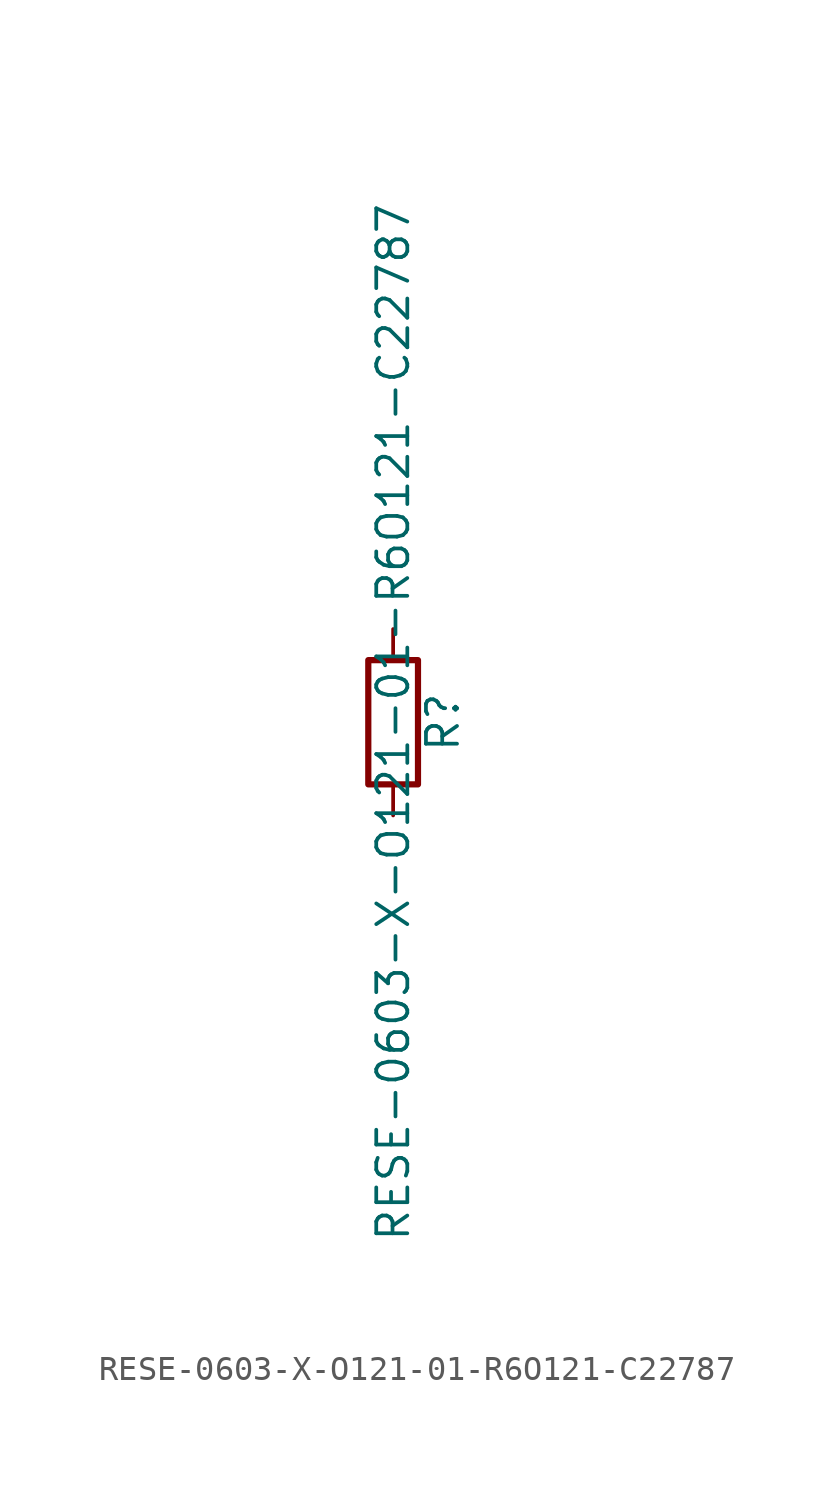
<source format=kicad_sym>
(kicad_symbol_lib
  (version 20211014)
  (generator kicad_symbol_editor)
  (symbol "RESE-0603-X-O121-01-R6O121-C22787"
    (pin_numbers hide)
    (pin_names
      (offset 0))
    (property "Reference" "R"
      (at 2.032 0 90)
      (effects (font (size 1.27 1.27))))
    (property "Value" "RESE-0603-X-O121-01-R6O121-C22787"
      (at 0 0 90)
      (effects (font (size 1.27 1.27))))
    (symbol "RESE-0603-X-O121-01-R6O121-C22787_0_1"
      (rectangle (start -1.016 -2.54) (end 1.016 2.54) (stroke (width 0.254) (type default) (color 0 0 0 0)) (fill (type none))))
    (symbol "RESE-0603-X-O121-01-R6O121-C22787_1_1"
      (pin passive line (at 0 3.81 270) (length 1.27) (name "~" (effects (font (size 1.27 1.27)))) (number "1" (effects (font (size 1.27 1.27)))))
      (pin passive line (at 0 -3.81 90) (length 1.27) (name "~" (effects (font (size 1.27 1.27)))) (number "2" (effects (font (size 1.27 1.27))))))))
</source>
